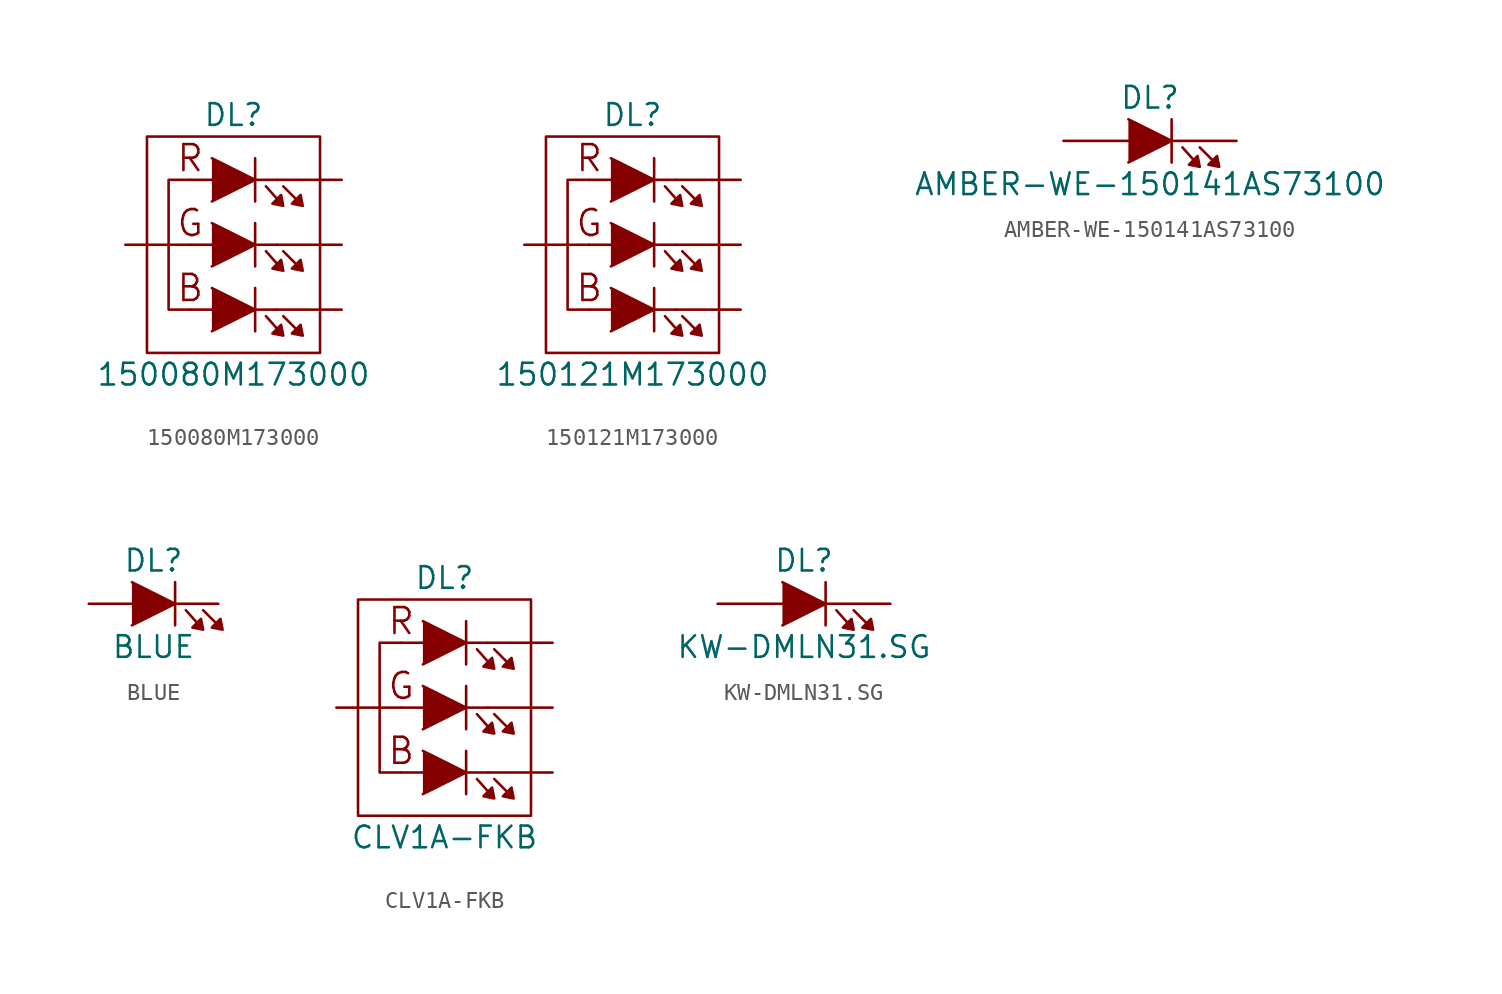
<source format=kicad_sym>
(kicad_symbol_lib
  (version 20201005)
  (generator kicad_symbol_editor)
  (symbol "150080M173000"
    (pin_numbers hide)
    (pin_names
      (offset 1.016) hide)
    (property "Reference" "DL"
      (at 0 7.62 0)
      (effects (font (size 1.27 1.27))))
    (property "Value" "150080M173000"
      (at 0 -7.62 0)
      (effects (font (size 1.27 1.27))))
    (symbol "150080M173000_0_0"
      (text "B" (at -2.54 -2.54 0) (effects (font (size 1.524 1.524))))
      (text "G" (at -2.54 1.27 0) (effects (font (size 1.524 1.524))))
      (text "R" (at -2.54 5.08 0) (effects (font (size 1.524 1.524)))))
    (symbol "150080M173000_0_1"
      (rectangle (start -5.08 6.35) (end 5.08 -6.35) (stroke (width 0)) (fill (type none)))
      (polyline (pts (xy -2.54 -3.81) (xy -1.27 -3.81)) (stroke (width 0)) (fill (type none)))
      (polyline (pts (xy -2.54 0) (xy -1.27 0)) (stroke (width 0)) (fill (type none)))
      (polyline (pts (xy -2.54 3.81) (xy -1.27 3.81)) (stroke (width 0)) (fill (type none)))
      (polyline (pts (xy 1.27 -2.54) (xy 1.27 -5.08)) (stroke (width 0)) (fill (type none)))
      (polyline (pts (xy 1.27 1.27) (xy 1.27 -1.27)) (stroke (width 0)) (fill (type none)))
      (polyline (pts (xy 1.27 3.81) (xy 2.54 3.81)) (stroke (width 0)) (fill (type none)))
      (polyline (pts (xy 1.27 5.08) (xy 1.27 2.54)) (stroke (width 0)) (fill (type none)))
      (polyline (pts (xy 2.54 -3.81) (xy 1.27 -3.81)) (stroke (width 0)) (fill (type none)))
      (polyline (pts (xy 2.54 0) (xy 1.27 0)) (stroke (width 0)) (fill (type none)))
      (polyline (pts (xy -1.27 -2.54) (xy 1.27 -3.81) (xy -1.27 -5.08)) (stroke (width 0)) (fill (type outline)))
      (polyline (pts (xy -1.27 1.27) (xy 1.27 0) (xy -1.27 -1.27)) (stroke (width 0)) (fill (type outline)))
      (polyline (pts (xy -1.27 5.08) (xy 1.27 3.81) (xy -1.27 2.54)) (stroke (width 0)) (fill (type outline)))
      (polyline (pts (xy -2.54 3.81) (xy -3.81 3.81) (xy -3.81 0) (xy -3.81 -3.81) (xy -2.54 -3.81)) (stroke (width 0)) (fill (type none)))
      (polyline (pts (xy 1.905 -4.191) (xy 2.921 -5.334) (xy 2.794 -4.699) (xy 2.286 -5.207) (xy 2.921 -5.334)) (stroke (width 0)) (fill (type outline)))
      (polyline (pts (xy 1.905 -0.381) (xy 2.921 -1.524) (xy 2.794 -0.889) (xy 2.286 -1.397) (xy 2.921 -1.524)) (stroke (width 0)) (fill (type outline)))
      (polyline (pts (xy 1.905 3.429) (xy 2.921 2.286) (xy 2.794 2.921) (xy 2.286 2.413) (xy 2.921 2.286)) (stroke (width 0)) (fill (type outline)))
      (polyline (pts (xy 2.921 -4.191) (xy 4.064 -5.334) (xy 3.937 -4.699) (xy 3.429 -5.207) (xy 4.064 -5.334)) (stroke (width 0)) (fill (type outline)))
      (polyline (pts (xy 2.921 -0.381) (xy 4.064 -1.524) (xy 3.937 -0.889) (xy 3.429 -1.397) (xy 4.064 -1.524)) (stroke (width 0)) (fill (type outline)))
      (polyline (pts (xy 2.921 3.429) (xy 4.064 2.286) (xy 3.937 2.921) (xy 3.429 2.413) (xy 4.064 2.286)) (stroke (width 0)) (fill (type outline))))
    (symbol "150080M173000_1_1"
      (pin passive line (at 6.35 3.81 180) (length 3.81) (name "RK" (effects (font (size 1.016 1.016)))) (number "1" (effects (font (size 1.016 1.016)))))
      (pin passive line (at 6.35 0 180) (length 3.81) (name "GK" (effects (font (size 1.016 1.016)))) (number "2" (effects (font (size 1.016 1.016)))))
      (pin passive line (at 6.35 -3.81 180) (length 3.81) (name "BK" (effects (font (size 1.016 1.016)))) (number "3" (effects (font (size 1.016 1.016)))))
      (pin passive line (at -6.35 0 0) (length 3.81) (name "A" (effects (font (size 1.016 1.016)))) (number "4" (effects (font (size 1.016 1.016)))))))
  (symbol "150121M173000"
    (pin_numbers hide)
    (pin_names
      (offset 1.016) hide)
    (property "Reference" "DL"
      (at 0 7.62 0)
      (effects (font (size 1.27 1.27))))
    (property "Value" "150121M173000"
      (at 0 -7.62 0)
      (effects (font (size 1.27 1.27))))
    (symbol "150121M173000_0_0"
      (text "B" (at -2.54 -2.54 0) (effects (font (size 1.524 1.524))))
      (text "G" (at -2.54 1.27 0) (effects (font (size 1.524 1.524))))
      (text "R" (at -2.54 5.08 0) (effects (font (size 1.524 1.524)))))
    (symbol "150121M173000_0_1"
      (rectangle (start -5.08 6.35) (end 5.08 -6.35) (stroke (width 0)) (fill (type none)))
      (polyline (pts (xy -2.54 -3.81) (xy -1.27 -3.81)) (stroke (width 0)) (fill (type none)))
      (polyline (pts (xy -2.54 0) (xy -1.27 0)) (stroke (width 0)) (fill (type none)))
      (polyline (pts (xy -2.54 3.81) (xy -1.27 3.81)) (stroke (width 0)) (fill (type none)))
      (polyline (pts (xy 1.27 -2.54) (xy 1.27 -5.08)) (stroke (width 0)) (fill (type none)))
      (polyline (pts (xy 1.27 1.27) (xy 1.27 -1.27)) (stroke (width 0)) (fill (type none)))
      (polyline (pts (xy 1.27 3.81) (xy 2.54 3.81)) (stroke (width 0)) (fill (type none)))
      (polyline (pts (xy 1.27 5.08) (xy 1.27 2.54)) (stroke (width 0)) (fill (type none)))
      (polyline (pts (xy 2.54 -3.81) (xy 1.27 -3.81)) (stroke (width 0)) (fill (type none)))
      (polyline (pts (xy 2.54 0) (xy 1.27 0)) (stroke (width 0)) (fill (type none)))
      (polyline (pts (xy -1.27 -2.54) (xy 1.27 -3.81) (xy -1.27 -5.08)) (stroke (width 0)) (fill (type outline)))
      (polyline (pts (xy -1.27 1.27) (xy 1.27 0) (xy -1.27 -1.27)) (stroke (width 0)) (fill (type outline)))
      (polyline (pts (xy -1.27 5.08) (xy 1.27 3.81) (xy -1.27 2.54)) (stroke (width 0)) (fill (type outline)))
      (polyline (pts (xy -2.54 3.81) (xy -3.81 3.81) (xy -3.81 0) (xy -3.81 -3.81) (xy -2.54 -3.81)) (stroke (width 0)) (fill (type none)))
      (polyline (pts (xy 1.905 -4.191) (xy 2.921 -5.334) (xy 2.794 -4.699) (xy 2.286 -5.207) (xy 2.921 -5.334)) (stroke (width 0)) (fill (type outline)))
      (polyline (pts (xy 1.905 -0.381) (xy 2.921 -1.524) (xy 2.794 -0.889) (xy 2.286 -1.397) (xy 2.921 -1.524)) (stroke (width 0)) (fill (type outline)))
      (polyline (pts (xy 1.905 3.429) (xy 2.921 2.286) (xy 2.794 2.921) (xy 2.286 2.413) (xy 2.921 2.286)) (stroke (width 0)) (fill (type outline)))
      (polyline (pts (xy 2.921 -4.191) (xy 4.064 -5.334) (xy 3.937 -4.699) (xy 3.429 -5.207) (xy 4.064 -5.334)) (stroke (width 0)) (fill (type outline)))
      (polyline (pts (xy 2.921 -0.381) (xy 4.064 -1.524) (xy 3.937 -0.889) (xy 3.429 -1.397) (xy 4.064 -1.524)) (stroke (width 0)) (fill (type outline)))
      (polyline (pts (xy 2.921 3.429) (xy 4.064 2.286) (xy 3.937 2.921) (xy 3.429 2.413) (xy 4.064 2.286)) (stroke (width 0)) (fill (type outline))))
    (symbol "150121M173000_1_1"
      (pin passive line (at 6.35 3.81 180) (length 3.81) (name "RK" (effects (font (size 1.016 1.016)))) (number "1" (effects (font (size 1.016 1.016)))))
      (pin passive line (at 6.35 0 180) (length 3.81) (name "GK" (effects (font (size 1.016 1.016)))) (number "2" (effects (font (size 1.016 1.016)))))
      (pin passive line (at 6.35 -3.81 180) (length 3.81) (name "BK" (effects (font (size 1.016 1.016)))) (number "3" (effects (font (size 1.016 1.016)))))
      (pin passive line (at -6.35 0 0) (length 3.81) (name "A" (effects (font (size 1.016 1.016)))) (number "4" (effects (font (size 1.016 1.016)))))))
  (symbol "AMBER-WE-150141AS73100"
    (pin_numbers hide)
    (pin_names
      (offset 1.016) hide)
    (property "Reference" "DL"
      (at 0 2.54 0)
      (effects (font (size 1.27 1.27))))
    (property "Value" "AMBER-WE-150141AS73100"
      (at 0 -2.54 0)
      (effects (font (size 1.27 1.27))))
    (symbol "AMBER-WE-150141AS73100_0_1"
      (polyline (pts (xy 1.27 1.27) (xy 1.27 -1.27)) (stroke (width 0)) (fill (type none)))
      (polyline (pts (xy -1.27 1.27) (xy 1.27 0) (xy -1.27 -1.27)) (stroke (width 0)) (fill (type outline)))
      (polyline (pts (xy 1.905 -0.381) (xy 2.921 -1.524) (xy 2.794 -0.889) (xy 2.286 -1.397) (xy 2.921 -1.524)) (stroke (width 0)) (fill (type outline)))
      (polyline (pts (xy 2.921 -0.381) (xy 4.064 -1.524) (xy 3.937 -0.889) (xy 3.429 -1.397) (xy 4.064 -1.524)) (stroke (width 0)) (fill (type outline))))
    (symbol "AMBER-WE-150141AS73100_1_1"
      (pin passive line (at 5.08 0 180) (length 3.81) (name "K" (effects (font (size 1.016 1.016)))) (number "1" (effects (font (size 1.016 1.016)))))
      (pin passive line (at -5.08 0 0) (length 3.81) (name "A" (effects (font (size 1.016 1.016)))) (number "2" (effects (font (size 1.016 1.016)))))))
  (symbol "BLUE"
    (pin_numbers hide)
    (pin_names
      (offset 1.016) hide)
    (property "Reference" "DL"
      (at 0 2.54 0)
      (effects (font (size 1.27 1.27))))
    (property "Value" "BLUE"
      (at 0 -2.54 0)
      (effects (font (size 1.27 1.27))))
    (symbol "BLUE_0_1"
      (polyline (pts (xy 1.27 1.27) (xy 1.27 -1.27)) (stroke (width 0)) (fill (type none)))
      (polyline (pts (xy -1.27 1.27) (xy 1.27 0) (xy -1.27 -1.27)) (stroke (width 0)) (fill (type outline)))
      (polyline (pts (xy 1.905 -0.381) (xy 2.921 -1.524) (xy 2.794 -0.889) (xy 2.286 -1.397) (xy 2.921 -1.524)) (stroke (width 0)) (fill (type outline)))
      (polyline (pts (xy 2.921 -0.381) (xy 4.064 -1.524) (xy 3.937 -0.889) (xy 3.429 -1.397) (xy 4.064 -1.524)) (stroke (width 0)) (fill (type outline))))
    (symbol "BLUE_1_1"
      (pin passive line (at -3.81 0 0) (length 2.54) (name "A" (effects (font (size 1.016 1.016)))) (number "1" (effects (font (size 1.016 1.016)))))
      (pin passive line (at 3.81 0 180) (length 2.54) (name "K" (effects (font (size 1.016 1.016)))) (number "2" (effects (font (size 1.016 1.016)))))))
  (symbol "CLV1A-FKB"
    (pin_numbers hide)
    (pin_names
      (offset 1.016) hide)
    (property "Reference" "DL"
      (at 0 7.62 0)
      (effects (font (size 1.27 1.27))))
    (property "Value" "CLV1A-FKB"
      (at 0 -7.62 0)
      (effects (font (size 1.27 1.27))))
    (symbol "CLV1A-FKB_0_0"
      (text "B" (at -2.54 -2.54 0) (effects (font (size 1.524 1.524))))
      (text "G" (at -2.54 1.27 0) (effects (font (size 1.524 1.524))))
      (text "R" (at -2.54 5.08 0) (effects (font (size 1.524 1.524)))))
    (symbol "CLV1A-FKB_0_1"
      (rectangle (start -5.08 6.35) (end 5.08 -6.35) (stroke (width 0)) (fill (type none)))
      (polyline (pts (xy -2.54 -3.81) (xy -1.27 -3.81)) (stroke (width 0)) (fill (type none)))
      (polyline (pts (xy -2.54 0) (xy -1.27 0)) (stroke (width 0)) (fill (type none)))
      (polyline (pts (xy -2.54 3.81) (xy -1.27 3.81)) (stroke (width 0)) (fill (type none)))
      (polyline (pts (xy 1.27 -2.54) (xy 1.27 -5.08)) (stroke (width 0)) (fill (type none)))
      (polyline (pts (xy 1.27 1.27) (xy 1.27 -1.27)) (stroke (width 0)) (fill (type none)))
      (polyline (pts (xy 1.27 3.81) (xy 2.54 3.81)) (stroke (width 0)) (fill (type none)))
      (polyline (pts (xy 1.27 5.08) (xy 1.27 2.54)) (stroke (width 0)) (fill (type none)))
      (polyline (pts (xy 2.54 -3.81) (xy 1.27 -3.81)) (stroke (width 0)) (fill (type none)))
      (polyline (pts (xy 2.54 0) (xy 1.27 0)) (stroke (width 0)) (fill (type none)))
      (polyline (pts (xy -1.27 -2.54) (xy 1.27 -3.81) (xy -1.27 -5.08)) (stroke (width 0)) (fill (type outline)))
      (polyline (pts (xy -1.27 1.27) (xy 1.27 0) (xy -1.27 -1.27)) (stroke (width 0)) (fill (type outline)))
      (polyline (pts (xy -1.27 5.08) (xy 1.27 3.81) (xy -1.27 2.54)) (stroke (width 0)) (fill (type outline)))
      (polyline (pts (xy -2.54 3.81) (xy -3.81 3.81) (xy -3.81 0) (xy -3.81 -3.81) (xy -2.54 -3.81)) (stroke (width 0)) (fill (type none)))
      (polyline (pts (xy 1.905 -4.191) (xy 2.921 -5.334) (xy 2.794 -4.699) (xy 2.286 -5.207) (xy 2.921 -5.334)) (stroke (width 0)) (fill (type outline)))
      (polyline (pts (xy 1.905 -0.381) (xy 2.921 -1.524) (xy 2.794 -0.889) (xy 2.286 -1.397) (xy 2.921 -1.524)) (stroke (width 0)) (fill (type outline)))
      (polyline (pts (xy 1.905 3.429) (xy 2.921 2.286) (xy 2.794 2.921) (xy 2.286 2.413) (xy 2.921 2.286)) (stroke (width 0)) (fill (type outline)))
      (polyline (pts (xy 2.921 -4.191) (xy 4.064 -5.334) (xy 3.937 -4.699) (xy 3.429 -5.207) (xy 4.064 -5.334)) (stroke (width 0)) (fill (type outline)))
      (polyline (pts (xy 2.921 -0.381) (xy 4.064 -1.524) (xy 3.937 -0.889) (xy 3.429 -1.397) (xy 4.064 -1.524)) (stroke (width 0)) (fill (type outline)))
      (polyline (pts (xy 2.921 3.429) (xy 4.064 2.286) (xy 3.937 2.921) (xy 3.429 2.413) (xy 4.064 2.286)) (stroke (width 0)) (fill (type outline))))
    (symbol "CLV1A-FKB_1_1"
      (pin passive line (at 6.35 3.81 180) (length 3.81) (name "RK" (effects (font (size 1.016 1.016)))) (number "1" (effects (font (size 1.016 1.016)))))
      (pin passive line (at -6.35 0 0) (length 3.81) (name "A" (effects (font (size 1.016 1.016)))) (number "2" (effects (font (size 1.016 1.016)))))
      (pin passive line (at 6.35 -3.81 180) (length 3.81) (name "BK" (effects (font (size 1.016 1.016)))) (number "3" (effects (font (size 1.016 1.016)))))
      (pin passive line (at 6.35 0 180) (length 3.81) (name "GK" (effects (font (size 1.016 1.016)))) (number "4" (effects (font (size 1.016 1.016)))))))
  (symbol "KW-DMLN31.SG"
    (pin_numbers hide)
    (pin_names
      (offset 1.016) hide)
    (property "Reference" "DL"
      (at 0 2.54 0)
      (effects (font (size 1.27 1.27))))
    (property "Value" "KW-DMLN31.SG"
      (at 0 -2.54 0)
      (effects (font (size 1.27 1.27))))
    (symbol "KW-DMLN31.SG_0_1"
      (polyline (pts (xy 1.27 1.27) (xy 1.27 -1.27)) (stroke (width 0)) (fill (type none)))
      (polyline (pts (xy -1.27 1.27) (xy 1.27 0) (xy -1.27 -1.27)) (stroke (width 0)) (fill (type outline)))
      (polyline (pts (xy 1.905 -0.381) (xy 2.921 -1.524) (xy 2.794 -0.889) (xy 2.286 -1.397) (xy 2.921 -1.524)) (stroke (width 0)) (fill (type outline)))
      (polyline (pts (xy 2.921 -0.381) (xy 4.064 -1.524) (xy 3.937 -0.889) (xy 3.429 -1.397) (xy 4.064 -1.524)) (stroke (width 0)) (fill (type outline))))
    (symbol "KW-DMLN31.SG_1_1"
      (pin passive line (at -5.08 0 0) (length 3.81) (name "A" (effects (font (size 1.016 1.016)))) (number "1" (effects (font (size 1.016 1.016)))))
      (pin passive line (at 5.08 0 180) (length 3.81) (name "K" (effects (font (size 1.016 1.016)))) (number "2" (effects (font (size 1.016 1.016))))))))
</source>
